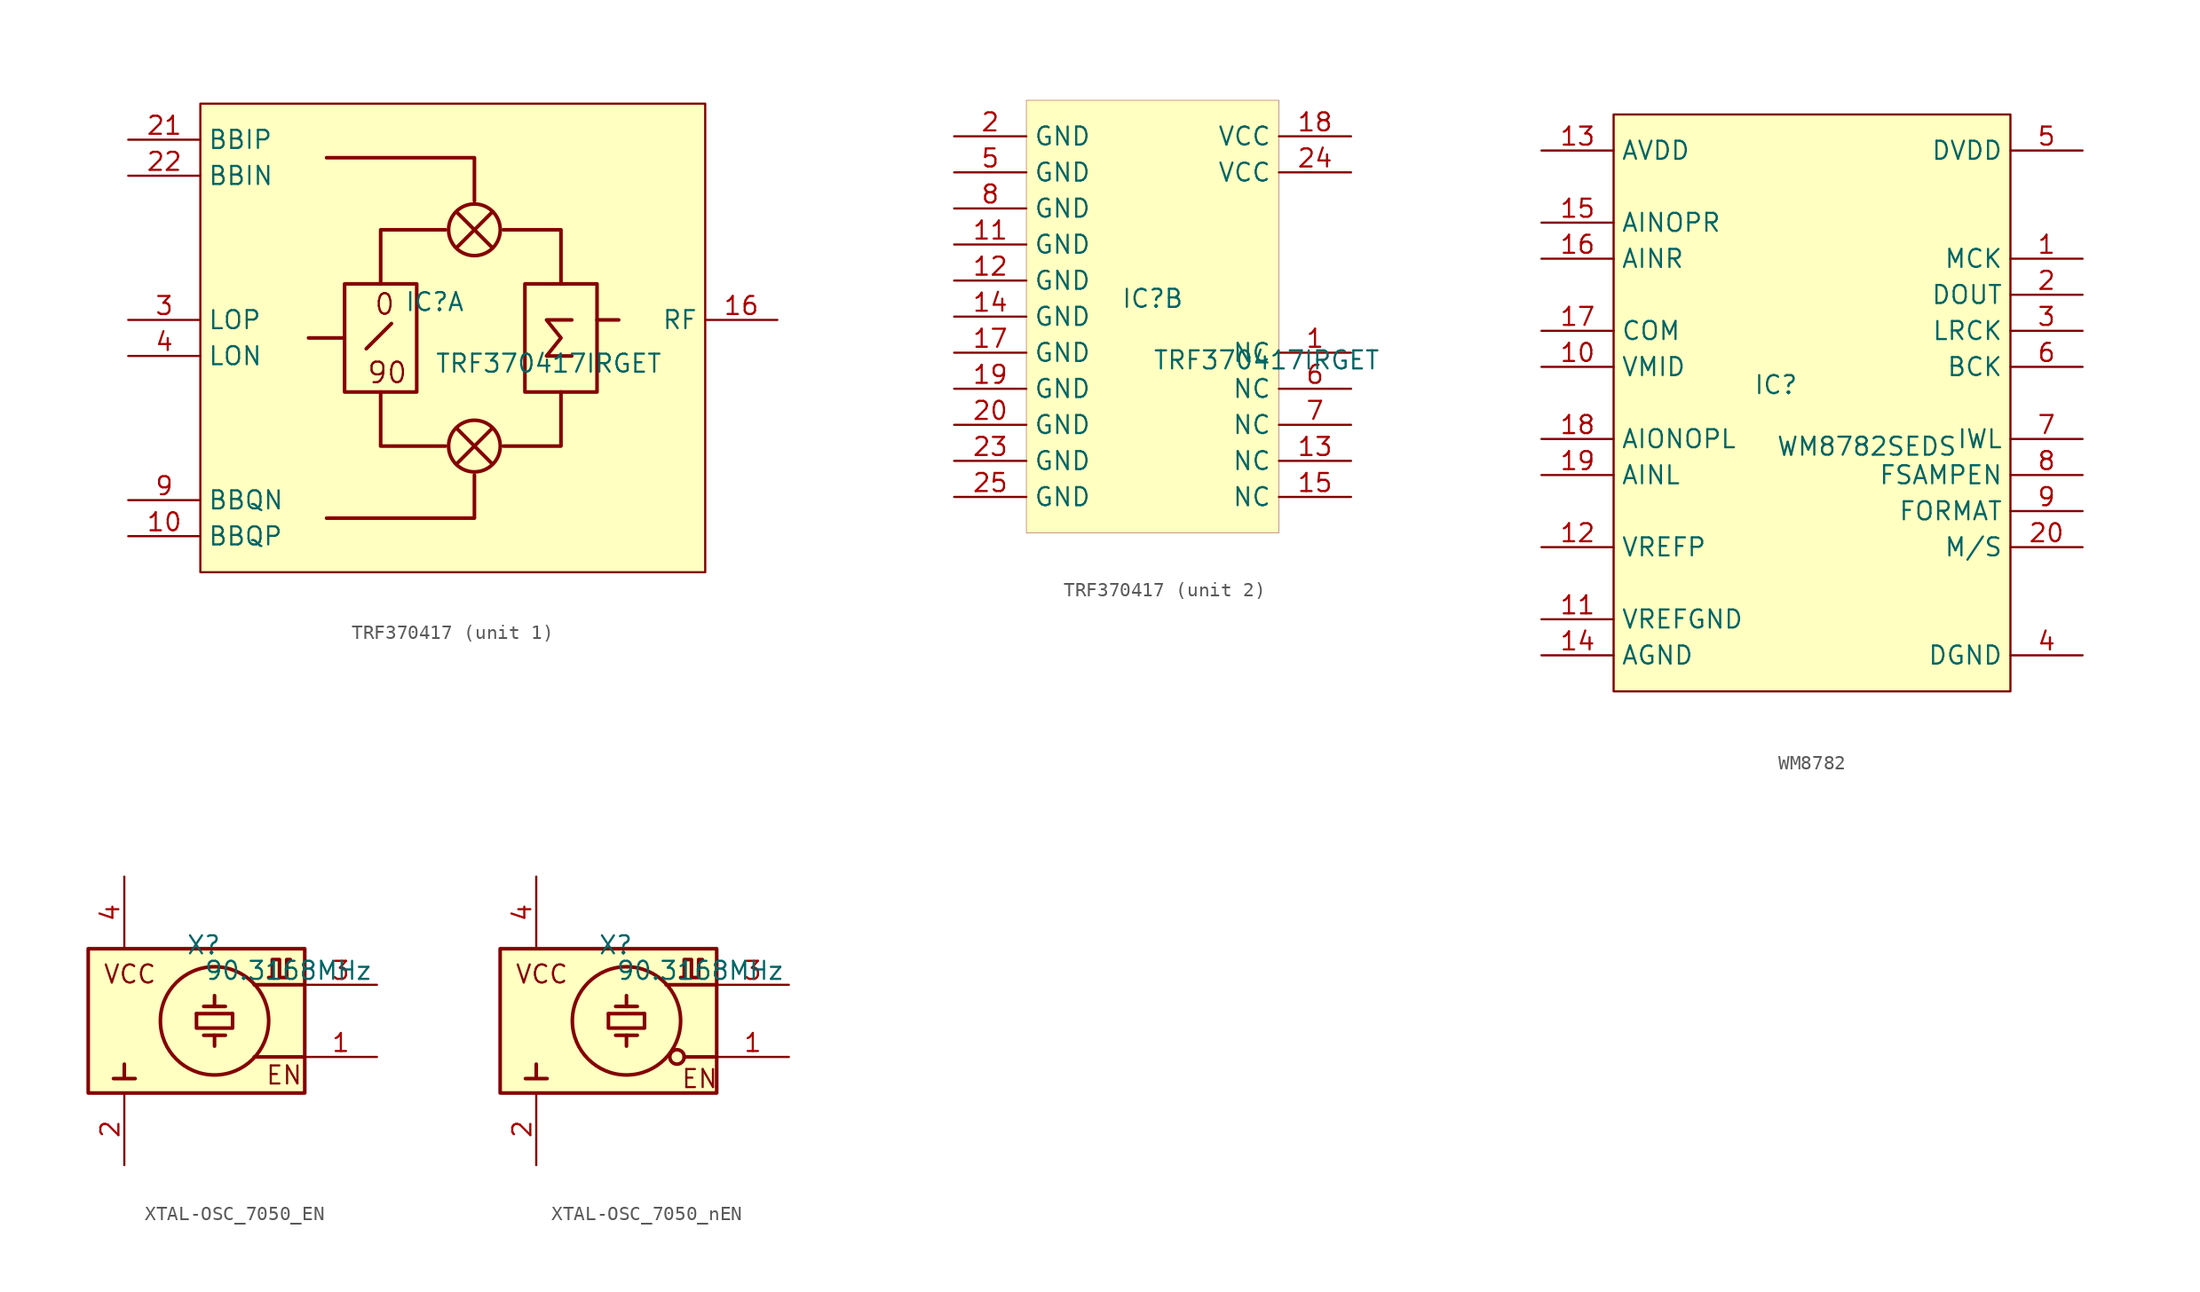
<source format=kicad_sym>
(kicad_symbol_lib
  (version 20231120)
  (generator "kicad_symbol_editor")
  (generator_version "8.0")
  (symbol "TRF370417"
    (property "Reference" "IC"
      (at -1.27 1.27 0)
      (effects (font (size 1.27 1.27))))
    (property "Value" "TRF370417IRGET"
      (at -1.27 -3.81 0)
      (effects (font (size 1.27 1.27)) (justify left bottom)))
    (symbol "TRF370417_1_0"
      (rectangle (start -17.78 15.24) (end 17.78 -17.78) (stroke (width 0) (type solid) (color 128 0 0 1)) (fill (type background)))
      (polyline (pts (xy -7.62 -1.27) (xy -10.16 -1.27)) (stroke (width 0.254) (type solid)) (fill (type none)))
      (polyline (pts (xy -6.096 -2.032) (xy -4.318 -0.254)) (stroke (width 0.254) (type solid)) (fill (type none)))
      (polyline (pts (xy 0.254 -7.62) (xy 2.794 -10.16)) (stroke (width 0.254) (type solid)) (fill (type none)))
      (polyline (pts (xy 0.254 7.62) (xy 2.794 5.08)) (stroke (width 0.254) (type solid)) (fill (type none)))
      (polyline (pts (xy 2.794 -7.62) (xy 0.254 -10.16)) (stroke (width 0.254) (type solid)) (fill (type none)))
      (polyline (pts (xy 2.794 7.62) (xy 0.254 5.08)) (stroke (width 0.254) (type solid)) (fill (type none)))
      (polyline (pts (xy 10.16 0) (xy 11.684 0)) (stroke (width 0.254) (type solid)) (fill (type none)))
      (polyline (pts (xy -8.89 -13.97) (xy 1.524 -13.97) (xy 1.524 -10.922)) (stroke (width 0.254) (type solid)) (fill (type none)))
      (polyline (pts (xy -8.89 11.43) (xy 1.524 11.43) (xy 1.524 8.382)) (stroke (width 0.254) (type solid)) (fill (type none)))
      (polyline (pts (xy -5.08 -5.08) (xy -5.08 -8.89) (xy -0.508 -8.89)) (stroke (width 0.254) (type solid)) (fill (type none)))
      (polyline (pts (xy -5.08 2.54) (xy -5.08 6.35) (xy -0.508 6.35)) (stroke (width 0.254) (type solid)) (fill (type none)))
      (polyline (pts (xy 7.62 -5.08) (xy 7.62 -8.89) (xy 3.556 -8.89)) (stroke (width 0.254) (type solid)) (fill (type none)))
      (polyline (pts (xy 7.62 2.54) (xy 7.62 6.35) (xy 3.556 6.35)) (stroke (width 0.254) (type solid)) (fill (type none)))
      (polyline (pts (xy -7.62 2.54) (xy -7.62 -5.08) (xy -2.54 -5.08) (xy -2.54 2.54) (xy -7.62 2.54)) (stroke (width 0.254) (type solid)) (fill (type none)))
      (polyline (pts (xy 5.08 2.54) (xy 5.08 -5.08) (xy 10.16 -5.08) (xy 10.16 2.54) (xy 5.08 2.54)) (stroke (width 0.254) (type solid)) (fill (type none)))
      (polyline (pts (xy 8.382 0) (xy 6.604 0) (xy 7.62 -1.27) (xy 6.604 -2.54) (xy 8.382 -2.54)) (stroke (width 0.254) (type solid)) (fill (type none)))
      (circle (center 1.524 -8.89) (radius 1.819) (stroke (width 0.254) (type solid)) (fill (type none)))
      (circle (center 1.524 6.35) (radius 1.819) (stroke (width 0.254) (type solid)) (fill (type none)))
      (text "0" (at -5.588 0.254 0) (effects (font (size 1.448 1.448)) (justify left bottom)))
      (text "90" (at -6.096 -4.572 0) (effects (font (size 1.448 1.448)) (justify left bottom)))
      (pin input line (at -22.86 -15.24 0) (length 5.08) (name "BBQP" (effects (font (size 1.27 1.27)))) (number "10" (effects (font (size 1.27 1.27)))))
      (pin output line (at 22.86 0 180) (length 5.08) (name "RF" (effects (font (size 1.27 1.27)))) (number "16" (effects (font (size 1.27 1.27)))))
      (pin passive line (at -22.86 12.7 0) (length 5.08) (name "BBIP" (effects (font (size 1.27 1.27)))) (number "21" (effects (font (size 1.27 1.27)))))
      (pin passive line (at -22.86 10.16 0) (length 5.08) (name "BBIN" (effects (font (size 1.27 1.27)))) (number "22" (effects (font (size 1.27 1.27)))))
      (pin input line (at -22.86 0 0) (length 5.08) (name "LOP" (effects (font (size 1.27 1.27)))) (number "3" (effects (font (size 1.27 1.27)))))
      (pin input line (at -22.86 -2.54 0) (length 5.08) (name "LON" (effects (font (size 1.27 1.27)))) (number "4" (effects (font (size 1.27 1.27)))))
      (pin input line (at -22.86 -12.7 0) (length 5.08) (name "BBQN" (effects (font (size 1.27 1.27)))) (number "9" (effects (font (size 1.27 1.27))))))
    (symbol "TRF370417_2_0"
      (rectangle (start 7.62 15.24) (end -10.16 -15.24) (stroke (width 0.025) (type solid) (color 128 0 0 1)) (fill (type background)))
      (pin passive line (at 12.7 -2.54 180) (length 5.08) (name "NC" (effects (font (size 1.27 1.27)))) (number "1" (effects (font (size 1.27 1.27)))))
      (pin passive line (at -15.24 5.08 0) (length 5.08) (name "GND" (effects (font (size 1.27 1.27)))) (number "11" (effects (font (size 1.27 1.27)))))
      (pin passive line (at -15.24 2.54 0) (length 5.08) (name "GND" (effects (font (size 1.27 1.27)))) (number "12" (effects (font (size 1.27 1.27)))))
      (pin passive line (at 12.7 -10.16 180) (length 5.08) (name "NC" (effects (font (size 1.27 1.27)))) (number "13" (effects (font (size 1.27 1.27)))))
      (pin passive line (at -15.24 0 0) (length 5.08) (name "GND" (effects (font (size 1.27 1.27)))) (number "14" (effects (font (size 1.27 1.27)))))
      (pin passive line (at 12.7 -12.7 180) (length 5.08) (name "NC" (effects (font (size 1.27 1.27)))) (number "15" (effects (font (size 1.27 1.27)))))
      (pin passive line (at -15.24 -2.54 0) (length 5.08) (name "GND" (effects (font (size 1.27 1.27)))) (number "17" (effects (font (size 1.27 1.27)))))
      (pin passive line (at 12.7 12.7 180) (length 5.08) (name "VCC" (effects (font (size 1.27 1.27)))) (number "18" (effects (font (size 1.27 1.27)))))
      (pin passive line (at -15.24 -5.08 0) (length 5.08) (name "GND" (effects (font (size 1.27 1.27)))) (number "19" (effects (font (size 1.27 1.27)))))
      (pin passive line (at -15.24 12.7 0) (length 5.08) (name "GND" (effects (font (size 1.27 1.27)))) (number "2" (effects (font (size 1.27 1.27)))))
      (pin passive line (at -15.24 -7.62 0) (length 5.08) (name "GND" (effects (font (size 1.27 1.27)))) (number "20" (effects (font (size 1.27 1.27)))))
      (pin passive line (at -15.24 -10.16 0) (length 5.08) (name "GND" (effects (font (size 1.27 1.27)))) (number "23" (effects (font (size 1.27 1.27)))))
      (pin passive line (at 12.7 10.16 180) (length 5.08) (name "VCC" (effects (font (size 1.27 1.27)))) (number "24" (effects (font (size 1.27 1.27)))))
      (pin passive line (at -15.24 -12.7 0) (length 5.08) (name "GND" (effects (font (size 1.27 1.27)))) (number "25" (effects (font (size 1.27 1.27)))))
      (pin passive line (at -15.24 10.16 0) (length 5.08) (name "GND" (effects (font (size 1.27 1.27)))) (number "5" (effects (font (size 1.27 1.27)))))
      (pin passive line (at 12.7 -5.08 180) (length 5.08) (name "NC" (effects (font (size 1.27 1.27)))) (number "6" (effects (font (size 1.27 1.27)))))
      (pin passive line (at 12.7 -7.62 180) (length 5.08) (name "NC" (effects (font (size 1.27 1.27)))) (number "7" (effects (font (size 1.27 1.27)))))
      (pin passive line (at -15.24 7.62 0) (length 5.08) (name "GND" (effects (font (size 1.27 1.27)))) (number "8" (effects (font (size 1.27 1.27)))))))
  (symbol "WM8782"
    (property "Reference" "IC"
      (at -1.27 1.27 0)
      (effects (font (size 1.27 1.27))))
    (property "Value" "WM8782SEDS"
      (at -1.27 -3.81 0)
      (effects (font (size 1.27 1.27)) (justify left bottom)))
    (symbol "WM8782_1_0"
      (rectangle (start -12.7 20.32) (end 15.24 -20.32) (stroke (width 0) (type solid) (color 128 0 0 1)) (fill (type background)))
      (pin input line (at 20.32 10.16 180) (length 5.08) (name "MCK" (effects (font (size 1.27 1.27)))) (number "1" (effects (font (size 1.27 1.27)))))
      (pin output line (at -17.78 2.54 0) (length 5.08) (name "VMID" (effects (font (size 1.27 1.27)))) (number "10" (effects (font (size 1.27 1.27)))))
      (pin power_in line (at -17.78 -15.24 0) (length 5.08) (name "VREFGND" (effects (font (size 1.27 1.27)))) (number "11" (effects (font (size 1.27 1.27)))))
      (pin output line (at -17.78 -10.16 0) (length 5.08) (name "VREFP" (effects (font (size 1.27 1.27)))) (number "12" (effects (font (size 1.27 1.27)))))
      (pin power_in line (at -17.78 17.78 0) (length 5.08) (name "AVDD" (effects (font (size 1.27 1.27)))) (number "13" (effects (font (size 1.27 1.27)))))
      (pin power_in line (at -17.78 -17.78 0) (length 5.08) (name "AGND" (effects (font (size 1.27 1.27)))) (number "14" (effects (font (size 1.27 1.27)))))
      (pin output line (at -17.78 12.7 0) (length 5.08) (name "AINOPR" (effects (font (size 1.27 1.27)))) (number "15" (effects (font (size 1.27 1.27)))))
      (pin input line (at -17.78 10.16 0) (length 5.08) (name "AINR" (effects (font (size 1.27 1.27)))) (number "16" (effects (font (size 1.27 1.27)))))
      (pin input line (at -17.78 5.08 0) (length 5.08) (name "COM" (effects (font (size 1.27 1.27)))) (number "17" (effects (font (size 1.27 1.27)))))
      (pin output line (at -17.78 -2.54 0) (length 5.08) (name "AIONOPL" (effects (font (size 1.27 1.27)))) (number "18" (effects (font (size 1.27 1.27)))))
      (pin input line (at -17.78 -5.08 0) (length 5.08) (name "AINL" (effects (font (size 1.27 1.27)))) (number "19" (effects (font (size 1.27 1.27)))))
      (pin output line (at 20.32 7.62 180) (length 5.08) (name "DOUT" (effects (font (size 1.27 1.27)))) (number "2" (effects (font (size 1.27 1.27)))))
      (pin input line (at 20.32 -10.16 180) (length 5.08) (name "M/S" (effects (font (size 1.27 1.27)))) (number "20" (effects (font (size 1.27 1.27)))))
      (pin bidirectional line (at 20.32 5.08 180) (length 5.08) (name "LRCK" (effects (font (size 1.27 1.27)))) (number "3" (effects (font (size 1.27 1.27)))))
      (pin passive line (at 20.32 -17.78 180) (length 5.08) (name "DGND" (effects (font (size 1.27 1.27)))) (number "4" (effects (font (size 1.27 1.27)))))
      (pin passive line (at 20.32 17.78 180) (length 5.08) (name "DVDD" (effects (font (size 1.27 1.27)))) (number "5" (effects (font (size 1.27 1.27)))))
      (pin bidirectional line (at 20.32 2.54 180) (length 5.08) (name "BCK" (effects (font (size 1.27 1.27)))) (number "6" (effects (font (size 1.27 1.27)))))
      (pin input line (at 20.32 -2.54 180) (length 5.08) (name "IWL" (effects (font (size 1.27 1.27)))) (number "7" (effects (font (size 1.27 1.27)))))
      (pin input line (at 20.32 -5.08 180) (length 5.08) (name "FSAMPEN" (effects (font (size 1.27 1.27)))) (number "8" (effects (font (size 1.27 1.27)))))
      (pin input line (at 20.32 -7.62 180) (length 5.08) (name "FORMAT" (effects (font (size 1.27 1.27)))) (number "9" (effects (font (size 1.27 1.27)))))))
  (symbol "XTAL-OSC_7050_EN"
    (property "Reference" "X"
      (at 0.508 5.334 0)
      (effects (font (size 1.27 1.27))))
    (property "Value" "90.3168MHz"
      (at 0.508 2.794 0)
      (effects (font (size 1.27 1.27)) (justify left bottom)))
    (symbol "XTAL-OSC_7050_EN_1_0"
      (polyline (pts (xy 0 0.508) (xy 2.54 0.508)) (stroke (width 0.254) (type solid)) (fill (type none)))
      (polyline (pts (xy 0.508 -1.016) (xy 2.032 -1.016)) (stroke (width 0.254) (type solid)) (fill (type none)))
      (polyline (pts (xy 0.508 1.016) (xy 2.032 1.016)) (stroke (width 0.254) (type solid)) (fill (type none)))
      (polyline (pts (xy 1.27 -1.016) (xy 1.27 -1.778)) (stroke (width 0.254) (type solid)) (fill (type none)))
      (polyline (pts (xy 1.27 1.016) (xy 1.27 1.778)) (stroke (width 0.254) (type solid)) (fill (type none)))
      (polyline (pts (xy 4.064 -2.54) (xy 7.62 -2.54)) (stroke (width 0.254) (type solid)) (fill (type none)))
      (polyline (pts (xy 4.064 2.54) (xy 7.62 2.54)) (stroke (width 0.254) (type solid)) (fill (type none)))
      (polyline (pts (xy -5.08 -3.048) (xy -5.08 -4.064) (xy -5.842 -4.064) (xy -4.318 -4.064)) (stroke (width 0.254) (type solid)) (fill (type none)))
      (polyline (pts (xy 2.54 0.508) (xy 2.54 -0.508) (xy 0 -0.508) (xy 0 0.508)) (stroke (width 0.254) (type solid)) (fill (type none)))
      (polyline (pts (xy -7.62 5.08) (xy 7.62 5.08) (xy 7.62 -5.08) (xy -7.62 -5.08) (xy -7.62 5.08)) (stroke (width 0.254) (type solid)) (fill (type none)))
      (polyline (pts (xy 5.08 3.048) (xy 5.334 3.048) (xy 5.334 4.318) (xy 5.842 4.318) (xy 5.842 3.048) (xy 6.35 3.048) (xy 6.35 4.318) (xy 6.604 4.318)) (stroke (width 0.254) (type solid)) (fill (type none)))
      (circle (center 1.27 0) (radius 3.81) (stroke (width 0.254) (type solid)) (fill (type none)))
      (rectangle (start 7.62 5.08) (end -7.62 -5.08) (stroke (width 0.025) (type solid) (color 128 0 0 1)) (fill (type background)))
      (text "EN" (at 4.826 -4.572 0) (effects (font (size 1.27 1.27)) (justify left bottom)))
      (text "VCC" (at -6.604 2.54 0) (effects (font (size 1.27 1.27)) (justify left bottom)))
      (pin passive line (at 12.7 -2.54 180) (length 5.08) (name "EN" (effects (font (size 0 0)))) (number "1" (effects (font (size 1.27 1.27)))))
      (pin passive line (at -5.08 -10.16 90) (length 5.08) (name "GND" (effects (font (size 0 0)))) (number "2" (effects (font (size 1.27 1.27)))))
      (pin passive line (at 12.7 2.54 180) (length 5.08) (name "OUT" (effects (font (size 0 0)))) (number "3" (effects (font (size 1.27 1.27)))))
      (pin passive line (at -5.08 10.16 270) (length 5.08) (name "VCC" (effects (font (size 0 0)))) (number "4" (effects (font (size 1.27 1.27)))))))
  (symbol "XTAL-OSC_7050_nEN"
    (property "Reference" "X"
      (at 0.508 5.334 0)
      (effects (font (size 1.27 1.27))))
    (property "Value" "90.3168MHz"
      (at 0.508 2.794 0)
      (effects (font (size 1.27 1.27)) (justify left bottom)))
    (symbol "XTAL-OSC_7050_nEN_1_0"
      (polyline (pts (xy 0 0.508) (xy 2.54 0.508)) (stroke (width 0.254) (type solid)) (fill (type none)))
      (polyline (pts (xy 0.508 -1.016) (xy 2.032 -1.016)) (stroke (width 0.254) (type solid)) (fill (type none)))
      (polyline (pts (xy 0.508 1.016) (xy 2.032 1.016)) (stroke (width 0.254) (type solid)) (fill (type none)))
      (polyline (pts (xy 1.27 -1.016) (xy 1.27 -1.778)) (stroke (width 0.254) (type solid)) (fill (type none)))
      (polyline (pts (xy 1.27 1.016) (xy 1.27 1.778)) (stroke (width 0.254) (type solid)) (fill (type none)))
      (polyline (pts (xy 4.064 2.54) (xy 7.62 2.54)) (stroke (width 0.254) (type solid)) (fill (type none)))
      (polyline (pts (xy 5.334 -2.54) (xy 7.62 -2.54)) (stroke (width 0.254) (type solid)) (fill (type none)))
      (polyline (pts (xy -5.08 -3.048) (xy -5.08 -4.064) (xy -5.842 -4.064) (xy -4.318 -4.064)) (stroke (width 0.254) (type solid)) (fill (type none)))
      (polyline (pts (xy 2.54 0.508) (xy 2.54 -0.508) (xy 0 -0.508) (xy 0 0.508)) (stroke (width 0.254) (type solid)) (fill (type none)))
      (polyline (pts (xy -7.62 5.08) (xy 7.62 5.08) (xy 7.62 -5.08) (xy -7.62 -5.08) (xy -7.62 5.08)) (stroke (width 0.254) (type solid)) (fill (type none)))
      (polyline (pts (xy 5.08 3.048) (xy 5.334 3.048) (xy 5.334 4.318) (xy 5.842 4.318) (xy 5.842 3.048) (xy 6.35 3.048) (xy 6.35 4.318) (xy 6.604 4.318)) (stroke (width 0.254) (type solid)) (fill (type none)))
      (circle (center 1.27 0) (radius 3.81) (stroke (width 0.254) (type solid)) (fill (type none)))
      (circle (center 4.826 -2.54) (radius 0.508) (stroke (width 0.254) (type solid)) (fill (type none)))
      (rectangle (start 7.62 5.08) (end -7.62 -5.08) (stroke (width 0.025) (type solid) (color 128 0 0 1)) (fill (type background)))
      (text "EN" (at 5.08 -4.826 0) (effects (font (size 1.27 1.27)) (justify left bottom)))
      (text "VCC" (at -6.604 2.54 0) (effects (font (size 1.27 1.27)) (justify left bottom)))
      (pin passive line (at 12.7 -2.54 180) (length 5.08) (name "EN" (effects (font (size 0 0)))) (number "1" (effects (font (size 1.27 1.27)))))
      (pin passive line (at -5.08 -10.16 90) (length 5.08) (name "GND" (effects (font (size 0 0)))) (number "2" (effects (font (size 1.27 1.27)))))
      (pin passive line (at 12.7 2.54 180) (length 5.08) (name "OUT" (effects (font (size 0 0)))) (number "3" (effects (font (size 1.27 1.27)))))
      (pin passive line (at -5.08 10.16 270) (length 5.08) (name "VCC" (effects (font (size 0 0)))) (number "4" (effects (font (size 1.27 1.27))))))))
</source>
